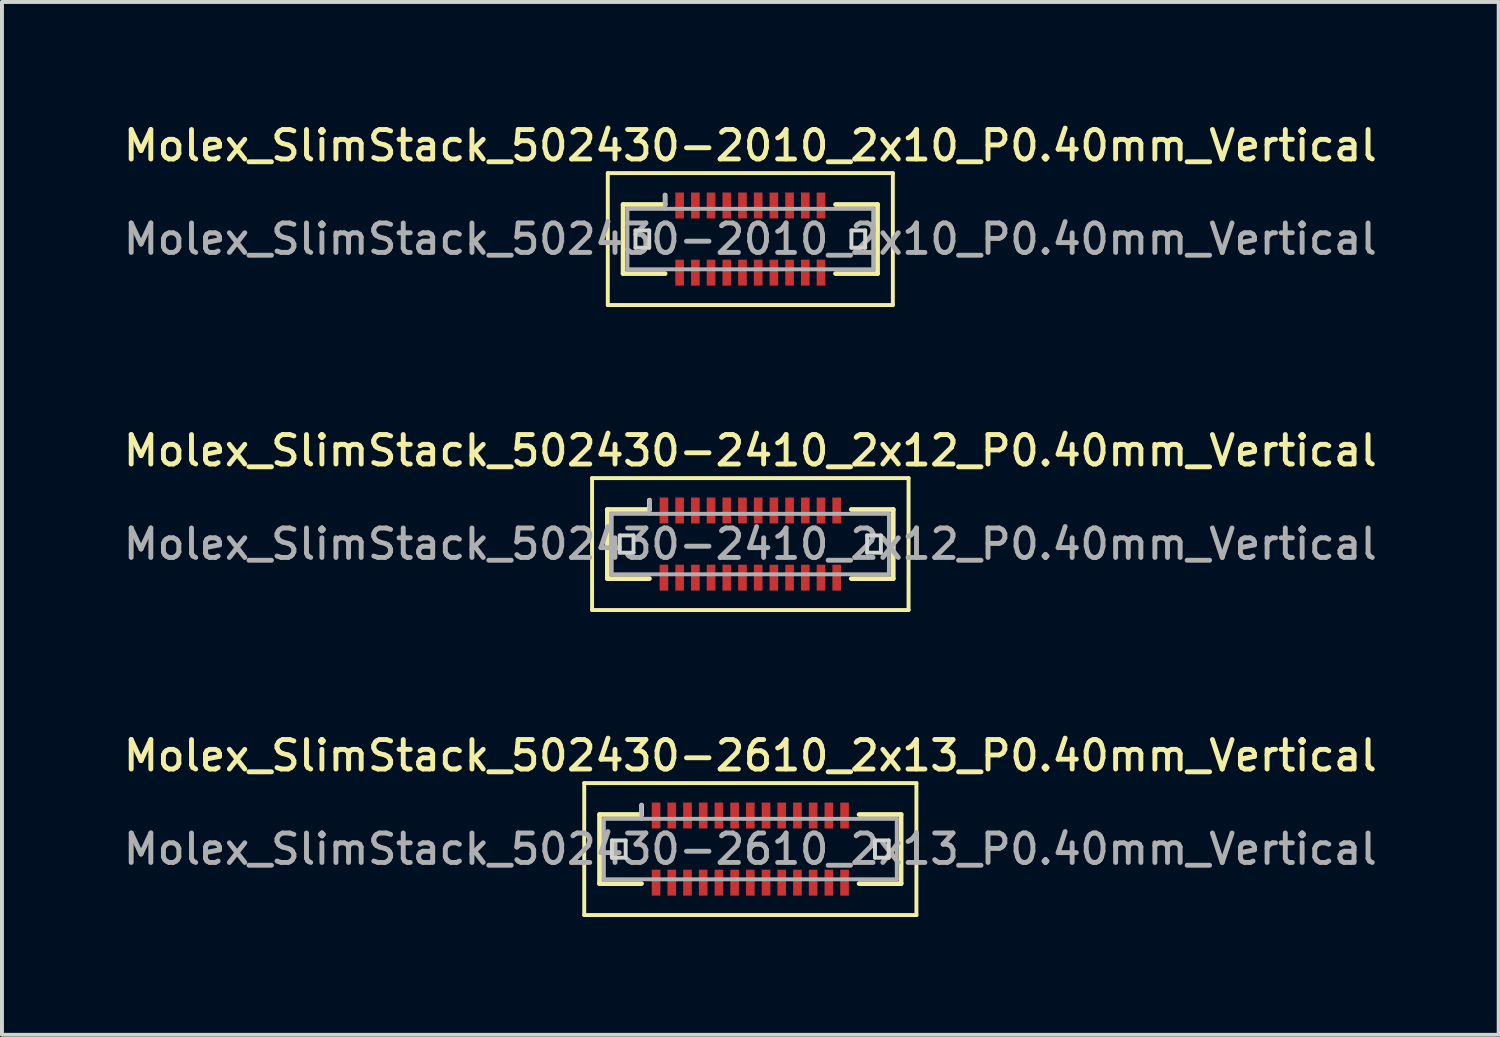
<source format=kicad_pcb>
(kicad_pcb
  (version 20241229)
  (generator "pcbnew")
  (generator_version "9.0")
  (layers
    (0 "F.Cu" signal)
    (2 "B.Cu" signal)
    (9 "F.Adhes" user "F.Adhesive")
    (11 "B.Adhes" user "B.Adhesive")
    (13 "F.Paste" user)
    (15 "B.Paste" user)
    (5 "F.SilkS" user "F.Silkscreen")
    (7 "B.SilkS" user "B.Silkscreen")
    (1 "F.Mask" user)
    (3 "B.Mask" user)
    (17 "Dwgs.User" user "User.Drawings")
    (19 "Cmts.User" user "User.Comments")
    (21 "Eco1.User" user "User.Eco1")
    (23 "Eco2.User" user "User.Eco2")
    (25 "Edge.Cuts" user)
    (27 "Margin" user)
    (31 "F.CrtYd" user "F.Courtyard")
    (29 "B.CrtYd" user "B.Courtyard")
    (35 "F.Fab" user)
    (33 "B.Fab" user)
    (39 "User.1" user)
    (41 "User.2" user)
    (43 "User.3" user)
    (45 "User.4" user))
  (footprint "Molex_SlimStack_502430-2410_2x12_P0.40mm_Vertical"
    (layer "F.Cu")
    (at 16.059 10.806)
    (property "Reference" "Molex_SlimStack_502430-2410_2x12_P0.40mm_Vertical" (at 0 -2.38 0) (layer "F.SilkS") (effects (font (size 0.75 0.75) (thickness 0.125))))
    (attr smd)
    (fp_line (start -4.03 -1.68) (end -4.03 1.68) (stroke (width 0.1) (type solid)) (layer "F.SilkS"))
    (fp_line (start -4.03 1.68) (end 4.03 1.68) (stroke (width 0.1) (type solid)) (layer "F.SilkS"))
    (fp_line (start -3.64 -0.88) (end -2.57 -0.88) (stroke (width 0.12) (type solid)) (layer "F.SilkS"))
    (fp_line (start -3.64 0.88) (end -3.64 -0.88) (stroke (width 0.12) (type solid)) (layer "F.SilkS"))
    (fp_line (start -2.57 -0.88) (end -2.57 -1.12) (stroke (width 0.12) (type solid)) (layer "F.SilkS"))
    (fp_line (start -2.57 0.88) (end -3.64 0.88) (stroke (width 0.12) (type solid)) (layer "F.SilkS"))
    (fp_line (start 2.57 0.88) (end 3.64 0.88) (stroke (width 0.12) (type solid)) (layer "F.SilkS"))
    (fp_line (start 3.64 -0.88) (end 2.57 -0.88) (stroke (width 0.12) (type solid)) (layer "F.SilkS"))
    (fp_line (start 3.64 0.88) (end 3.64 -0.88) (stroke (width 0.12) (type solid)) (layer "F.SilkS"))
    (fp_line (start 4.03 -1.68) (end -4.03 -1.68) (stroke (width 0.1) (type solid)) (layer "F.SilkS"))
    (fp_line (start 4.03 1.68) (end 4.03 -1.68) (stroke (width 0.1) (type solid)) (layer "F.SilkS"))
    (fp_line (start -3.325 -0.22) (end -3.325 0.22) (stroke (width 0.1) (type solid)) (layer "Edge.Cuts"))
    (fp_line (start -3.325 0.22) (end -2.975 0.22) (stroke (width 0.1) (type solid)) (layer "Edge.Cuts"))
    (fp_line (start -2.975 -0.22) (end -3.325 -0.22) (stroke (width 0.1) (type solid)) (layer "Edge.Cuts"))
    (fp_line (start -2.975 0.22) (end -2.975 -0.22) (stroke (width 0.1) (type solid)) (layer "Edge.Cuts"))
    (fp_line (start 2.975 -0.22) (end 2.975 0.22) (stroke (width 0.1) (type solid)) (layer "Edge.Cuts"))
    (fp_line (start 2.975 0.22) (end 3.325 0.22) (stroke (width 0.1) (type solid)) (layer "Edge.Cuts"))
    (fp_line (start 3.325 -0.22) (end 2.975 -0.22) (stroke (width 0.1) (type solid)) (layer "Edge.Cuts"))
    (fp_line (start 3.325 0.22) (end 3.325 -0.22) (stroke (width 0.1) (type solid)) (layer "Edge.Cuts"))
    (fp_line (start -3.53 -0.77) (end -3.53 0.77) (stroke (width 0.1) (type solid)) (layer "F.Fab"))
    (fp_line (start -3.53 0.77) (end 3.53 0.77) (stroke (width 0.1) (type solid)) (layer "F.Fab"))
    (fp_line (start -2.57 -0.77) (end -2.57 -1.12) (stroke (width 0.1) (type solid)) (layer "F.Fab"))
    (fp_line (start 3.53 -0.77) (end -3.53 -0.77) (stroke (width 0.1) (type solid)) (layer "F.Fab"))
    (fp_line (start 3.53 0.77) (end 3.53 -0.77) (stroke (width 0.1) (type solid)) (layer "F.Fab"))
    (fp_text user "${REFERENCE}" (at 0 0 0) (layer "F.Fab") (effects (font (size 0.75 0.75) (thickness 0.125))))
    (pad "1" smd rect (at -2.2 -0.855) (size 0.22 0.66) (layers "F.Cu" "F.Mask" "F.Paste"))
    (pad "2" smd rect (at -2.2 0.855) (size 0.22 0.66) (layers "F.Cu" "F.Mask" "F.Paste"))
    (pad "3" smd rect (at -1.8 -0.855) (size 0.22 0.66) (layers "F.Cu" "F.Mask" "F.Paste"))
    (pad "4" smd rect (at -1.8 0.855) (size 0.22 0.66) (layers "F.Cu" "F.Mask" "F.Paste"))
    (pad "5" smd rect (at -1.4 -0.855) (size 0.22 0.66) (layers "F.Cu" "F.Mask" "F.Paste"))
    (pad "6" smd rect (at -1.4 0.855) (size 0.22 0.66) (layers "F.Cu" "F.Mask" "F.Paste"))
    (pad "7" smd rect (at -1 -0.855) (size 0.22 0.66) (layers "F.Cu" "F.Mask" "F.Paste"))
    (pad "8" smd rect (at -1 0.855) (size 0.22 0.66) (layers "F.Cu" "F.Mask" "F.Paste"))
    (pad "9" smd rect (at -0.6 -0.855) (size 0.22 0.66) (layers "F.Cu" "F.Mask" "F.Paste"))
    (pad "10" smd rect (at -0.6 0.855) (size 0.22 0.66) (layers "F.Cu" "F.Mask" "F.Paste"))
    (pad "11" smd rect (at -0.2 -0.855) (size 0.22 0.66) (layers "F.Cu" "F.Mask" "F.Paste"))
    (pad "12" smd rect (at -0.2 0.855) (size 0.22 0.66) (layers "F.Cu" "F.Mask" "F.Paste"))
    (pad "13" smd rect (at 0.2 -0.855) (size 0.22 0.66) (layers "F.Cu" "F.Mask" "F.Paste"))
    (pad "14" smd rect (at 0.2 0.855) (size 0.22 0.66) (layers "F.Cu" "F.Mask" "F.Paste"))
    (pad "15" smd rect (at 0.6 -0.855) (size 0.22 0.66) (layers "F.Cu" "F.Mask" "F.Paste"))
    (pad "16" smd rect (at 0.6 0.855) (size 0.22 0.66) (layers "F.Cu" "F.Mask" "F.Paste"))
    (pad "17" smd rect (at 1 -0.855) (size 0.22 0.66) (layers "F.Cu" "F.Mask" "F.Paste"))
    (pad "18" smd rect (at 1 0.855) (size 0.22 0.66) (layers "F.Cu" "F.Mask" "F.Paste"))
    (pad "19" smd rect (at 1.4 -0.855) (size 0.22 0.66) (layers "F.Cu" "F.Mask" "F.Paste"))
    (pad "20" smd rect (at 1.4 0.855) (size 0.22 0.66) (layers "F.Cu" "F.Mask" "F.Paste"))
    (pad "21" smd rect (at 1.8 -0.855) (size 0.22 0.66) (layers "F.Cu" "F.Mask" "F.Paste"))
    (pad "22" smd rect (at 1.8 0.855) (size 0.22 0.66) (layers "F.Cu" "F.Mask" "F.Paste"))
    (pad "23" smd rect (at 2.2 -0.855) (size 0.22 0.66) (layers "F.Cu" "F.Mask" "F.Paste"))
    (pad "24" smd rect (at 2.2 0.855) (size 0.22 0.66) (layers "F.Cu" "F.Mask" "F.Paste")))
  (footprint "Molex_SlimStack_502430-2010_2x10_P0.40mm_Vertical"
    (layer "F.Cu")
    (at 16.059 3.038)
    (property "Reference" "Molex_SlimStack_502430-2010_2x10_P0.40mm_Vertical" (at 0 -2.38 0) (layer "F.SilkS") (effects (font (size 0.75 0.75) (thickness 0.125))))
    (attr smd)
    (fp_line (start -3.63 -1.68) (end -3.63 1.68) (stroke (width 0.1) (type solid)) (layer "F.SilkS"))
    (fp_line (start -3.63 1.68) (end 3.63 1.68) (stroke (width 0.1) (type solid)) (layer "F.SilkS"))
    (fp_line (start -3.24 -0.88) (end -2.17 -0.88) (stroke (width 0.12) (type solid)) (layer "F.SilkS"))
    (fp_line (start -3.24 0.88) (end -3.24 -0.88) (stroke (width 0.12) (type solid)) (layer "F.SilkS"))
    (fp_line (start -2.17 -0.88) (end -2.17 -1.12) (stroke (width 0.12) (type solid)) (layer "F.SilkS"))
    (fp_line (start -2.17 0.88) (end -3.24 0.88) (stroke (width 0.12) (type solid)) (layer "F.SilkS"))
    (fp_line (start 2.17 0.88) (end 3.24 0.88) (stroke (width 0.12) (type solid)) (layer "F.SilkS"))
    (fp_line (start 3.24 -0.88) (end 2.17 -0.88) (stroke (width 0.12) (type solid)) (layer "F.SilkS"))
    (fp_line (start 3.24 0.88) (end 3.24 -0.88) (stroke (width 0.12) (type solid)) (layer "F.SilkS"))
    (fp_line (start 3.63 -1.68) (end -3.63 -1.68) (stroke (width 0.1) (type solid)) (layer "F.SilkS"))
    (fp_line (start 3.63 1.68) (end 3.63 -1.68) (stroke (width 0.1) (type solid)) (layer "F.SilkS"))
    (fp_line (start -2.925 -0.22) (end -2.925 0.22) (stroke (width 0.1) (type solid)) (layer "Edge.Cuts"))
    (fp_line (start -2.925 0.22) (end -2.575 0.22) (stroke (width 0.1) (type solid)) (layer "Edge.Cuts"))
    (fp_line (start -2.575 -0.22) (end -2.925 -0.22) (stroke (width 0.1) (type solid)) (layer "Edge.Cuts"))
    (fp_line (start -2.575 0.22) (end -2.575 -0.22) (stroke (width 0.1) (type solid)) (layer "Edge.Cuts"))
    (fp_line (start 2.575 -0.22) (end 2.575 0.22) (stroke (width 0.1) (type solid)) (layer "Edge.Cuts"))
    (fp_line (start 2.575 0.22) (end 2.925 0.22) (stroke (width 0.1) (type solid)) (layer "Edge.Cuts"))
    (fp_line (start 2.925 -0.22) (end 2.575 -0.22) (stroke (width 0.1) (type solid)) (layer "Edge.Cuts"))
    (fp_line (start 2.925 0.22) (end 2.925 -0.22) (stroke (width 0.1) (type solid)) (layer "Edge.Cuts"))
    (fp_line (start -3.13 -0.77) (end -3.13 0.77) (stroke (width 0.1) (type solid)) (layer "F.Fab"))
    (fp_line (start -3.13 0.77) (end 3.13 0.77) (stroke (width 0.1) (type solid)) (layer "F.Fab"))
    (fp_line (start -2.17 -0.77) (end -2.17 -1.12) (stroke (width 0.1) (type solid)) (layer "F.Fab"))
    (fp_line (start 3.13 -0.77) (end -3.13 -0.77) (stroke (width 0.1) (type solid)) (layer "F.Fab"))
    (fp_line (start 3.13 0.77) (end 3.13 -0.77) (stroke (width 0.1) (type solid)) (layer "F.Fab"))
    (fp_text user "${REFERENCE}" (at 0 0 0) (layer "F.Fab") (effects (font (size 0.75 0.75) (thickness 0.125))))
    (pad "1" smd rect (at -1.8 -0.855) (size 0.22 0.66) (layers "F.Cu" "F.Mask" "F.Paste"))
    (pad "2" smd rect (at -1.8 0.855) (size 0.22 0.66) (layers "F.Cu" "F.Mask" "F.Paste"))
    (pad "3" smd rect (at -1.4 -0.855) (size 0.22 0.66) (layers "F.Cu" "F.Mask" "F.Paste"))
    (pad "4" smd rect (at -1.4 0.855) (size 0.22 0.66) (layers "F.Cu" "F.Mask" "F.Paste"))
    (pad "5" smd rect (at -1 -0.855) (size 0.22 0.66) (layers "F.Cu" "F.Mask" "F.Paste"))
    (pad "6" smd rect (at -1 0.855) (size 0.22 0.66) (layers "F.Cu" "F.Mask" "F.Paste"))
    (pad "7" smd rect (at -0.6 -0.855) (size 0.22 0.66) (layers "F.Cu" "F.Mask" "F.Paste"))
    (pad "8" smd rect (at -0.6 0.855) (size 0.22 0.66) (layers "F.Cu" "F.Mask" "F.Paste"))
    (pad "9" smd rect (at -0.2 -0.855) (size 0.22 0.66) (layers "F.Cu" "F.Mask" "F.Paste"))
    (pad "10" smd rect (at -0.2 0.855) (size 0.22 0.66) (layers "F.Cu" "F.Mask" "F.Paste"))
    (pad "11" smd rect (at 0.2 -0.855) (size 0.22 0.66) (layers "F.Cu" "F.Mask" "F.Paste"))
    (pad "12" smd rect (at 0.2 0.855) (size 0.22 0.66) (layers "F.Cu" "F.Mask" "F.Paste"))
    (pad "13" smd rect (at 0.6 -0.855) (size 0.22 0.66) (layers "F.Cu" "F.Mask" "F.Paste"))
    (pad "14" smd rect (at 0.6 0.855) (size 0.22 0.66) (layers "F.Cu" "F.Mask" "F.Paste"))
    (pad "15" smd rect (at 1 -0.855) (size 0.22 0.66) (layers "F.Cu" "F.Mask" "F.Paste"))
    (pad "16" smd rect (at 1 0.855) (size 0.22 0.66) (layers "F.Cu" "F.Mask" "F.Paste"))
    (pad "17" smd rect (at 1.4 -0.855) (size 0.22 0.66) (layers "F.Cu" "F.Mask" "F.Paste"))
    (pad "18" smd rect (at 1.4 0.855) (size 0.22 0.66) (layers "F.Cu" "F.Mask" "F.Paste"))
    (pad "19" smd rect (at 1.8 -0.855) (size 0.22 0.66) (layers "F.Cu" "F.Mask" "F.Paste"))
    (pad "20" smd rect (at 1.8 0.855) (size 0.22 0.66) (layers "F.Cu" "F.Mask" "F.Paste")))
  (footprint "Molex_SlimStack_502430-2610_2x13_P0.40mm_Vertical"
    (layer "F.Cu")
    (at 16.059 18.574)
    (property "Reference" "Molex_SlimStack_502430-2610_2x13_P0.40mm_Vertical" (at 0 -2.38 0) (layer "F.SilkS") (effects (font (size 0.75 0.75) (thickness 0.125))))
    (attr smd)
    (fp_line (start -4.23 -1.68) (end -4.23 1.68) (stroke (width 0.1) (type solid)) (layer "F.SilkS"))
    (fp_line (start -4.23 1.68) (end 4.23 1.68) (stroke (width 0.1) (type solid)) (layer "F.SilkS"))
    (fp_line (start -3.84 -0.88) (end -2.77 -0.88) (stroke (width 0.12) (type solid)) (layer "F.SilkS"))
    (fp_line (start -3.84 0.88) (end -3.84 -0.88) (stroke (width 0.12) (type solid)) (layer "F.SilkS"))
    (fp_line (start -2.77 -0.88) (end -2.77 -1.12) (stroke (width 0.12) (type solid)) (layer "F.SilkS"))
    (fp_line (start -2.77 0.88) (end -3.84 0.88) (stroke (width 0.12) (type solid)) (layer "F.SilkS"))
    (fp_line (start 2.77 0.88) (end 3.84 0.88) (stroke (width 0.12) (type solid)) (layer "F.SilkS"))
    (fp_line (start 3.84 -0.88) (end 2.77 -0.88) (stroke (width 0.12) (type solid)) (layer "F.SilkS"))
    (fp_line (start 3.84 0.88) (end 3.84 -0.88) (stroke (width 0.12) (type solid)) (layer "F.SilkS"))
    (fp_line (start 4.23 -1.68) (end -4.23 -1.68) (stroke (width 0.1) (type solid)) (layer "F.SilkS"))
    (fp_line (start 4.23 1.68) (end 4.23 -1.68) (stroke (width 0.1) (type solid)) (layer "F.SilkS"))
    (fp_line (start -3.525 -0.22) (end -3.525 0.22) (stroke (width 0.1) (type solid)) (layer "Edge.Cuts"))
    (fp_line (start -3.525 0.22) (end -3.175 0.22) (stroke (width 0.1) (type solid)) (layer "Edge.Cuts"))
    (fp_line (start -3.175 -0.22) (end -3.525 -0.22) (stroke (width 0.1) (type solid)) (layer "Edge.Cuts"))
    (fp_line (start -3.175 0.22) (end -3.175 -0.22) (stroke (width 0.1) (type solid)) (layer "Edge.Cuts"))
    (fp_line (start 3.175 -0.22) (end 3.175 0.22) (stroke (width 0.1) (type solid)) (layer "Edge.Cuts"))
    (fp_line (start 3.175 0.22) (end 3.525 0.22) (stroke (width 0.1) (type solid)) (layer "Edge.Cuts"))
    (fp_line (start 3.525 -0.22) (end 3.175 -0.22) (stroke (width 0.1) (type solid)) (layer "Edge.Cuts"))
    (fp_line (start 3.525 0.22) (end 3.525 -0.22) (stroke (width 0.1) (type solid)) (layer "Edge.Cuts"))
    (fp_line (start -3.73 -0.77) (end -3.73 0.77) (stroke (width 0.1) (type solid)) (layer "F.Fab"))
    (fp_line (start -3.73 0.77) (end 3.73 0.77) (stroke (width 0.1) (type solid)) (layer "F.Fab"))
    (fp_line (start -2.77 -0.77) (end -2.77 -1.12) (stroke (width 0.1) (type solid)) (layer "F.Fab"))
    (fp_line (start 3.73 -0.77) (end -3.73 -0.77) (stroke (width 0.1) (type solid)) (layer "F.Fab"))
    (fp_line (start 3.73 0.77) (end 3.73 -0.77) (stroke (width 0.1) (type solid)) (layer "F.Fab"))
    (fp_text user "${REFERENCE}" (at 0 0 0) (layer "F.Fab") (effects (font (size 0.75 0.75) (thickness 0.125))))
    (pad "1" smd rect (at -2.4 -0.855) (size 0.22 0.66) (layers "F.Cu" "F.Mask" "F.Paste"))
    (pad "2" smd rect (at -2.4 0.855) (size 0.22 0.66) (layers "F.Cu" "F.Mask" "F.Paste"))
    (pad "3" smd rect (at -2 -0.855) (size 0.22 0.66) (layers "F.Cu" "F.Mask" "F.Paste"))
    (pad "4" smd rect (at -2 0.855) (size 0.22 0.66) (layers "F.Cu" "F.Mask" "F.Paste"))
    (pad "5" smd rect (at -1.6 -0.855) (size 0.22 0.66) (layers "F.Cu" "F.Mask" "F.Paste"))
    (pad "6" smd rect (at -1.6 0.855) (size 0.22 0.66) (layers "F.Cu" "F.Mask" "F.Paste"))
    (pad "7" smd rect (at -1.2 -0.855) (size 0.22 0.66) (layers "F.Cu" "F.Mask" "F.Paste"))
    (pad "8" smd rect (at -1.2 0.855) (size 0.22 0.66) (layers "F.Cu" "F.Mask" "F.Paste"))
    (pad "9" smd rect (at -0.8 -0.855) (size 0.22 0.66) (layers "F.Cu" "F.Mask" "F.Paste"))
    (pad "10" smd rect (at -0.8 0.855) (size 0.22 0.66) (layers "F.Cu" "F.Mask" "F.Paste"))
    (pad "11" smd rect (at -0.4 -0.855) (size 0.22 0.66) (layers "F.Cu" "F.Mask" "F.Paste"))
    (pad "12" smd rect (at -0.4 0.855) (size 0.22 0.66) (layers "F.Cu" "F.Mask" "F.Paste"))
    (pad "13" smd rect (at 0 -0.855) (size 0.22 0.66) (layers "F.Cu" "F.Mask" "F.Paste"))
    (pad "14" smd rect (at 0 0.855) (size 0.22 0.66) (layers "F.Cu" "F.Mask" "F.Paste"))
    (pad "15" smd rect (at 0.4 -0.855) (size 0.22 0.66) (layers "F.Cu" "F.Mask" "F.Paste"))
    (pad "16" smd rect (at 0.4 0.855) (size 0.22 0.66) (layers "F.Cu" "F.Mask" "F.Paste"))
    (pad "17" smd rect (at 0.8 -0.855) (size 0.22 0.66) (layers "F.Cu" "F.Mask" "F.Paste"))
    (pad "18" smd rect (at 0.8 0.855) (size 0.22 0.66) (layers "F.Cu" "F.Mask" "F.Paste"))
    (pad "19" smd rect (at 1.2 -0.855) (size 0.22 0.66) (layers "F.Cu" "F.Mask" "F.Paste"))
    (pad "20" smd rect (at 1.2 0.855) (size 0.22 0.66) (layers "F.Cu" "F.Mask" "F.Paste"))
    (pad "21" smd rect (at 1.6 -0.855) (size 0.22 0.66) (layers "F.Cu" "F.Mask" "F.Paste"))
    (pad "22" smd rect (at 1.6 0.855) (size 0.22 0.66) (layers "F.Cu" "F.Mask" "F.Paste"))
    (pad "23" smd rect (at 2 -0.855) (size 0.22 0.66) (layers "F.Cu" "F.Mask" "F.Paste"))
    (pad "24" smd rect (at 2 0.855) (size 0.22 0.66) (layers "F.Cu" "F.Mask" "F.Paste"))
    (pad "25" smd rect (at 2.4 -0.855) (size 0.22 0.66) (layers "F.Cu" "F.Mask" "F.Paste"))
    (pad "26" smd rect (at 2.4 0.855) (size 0.22 0.66) (layers "F.Cu" "F.Mask" "F.Paste")))
  (gr_rect
    (start -3 -3)
    (end 35.118 23.304)
    (stroke (width 0.1) (type default))
    (fill no)
    (layer "Edge.Cuts")))
</source>
